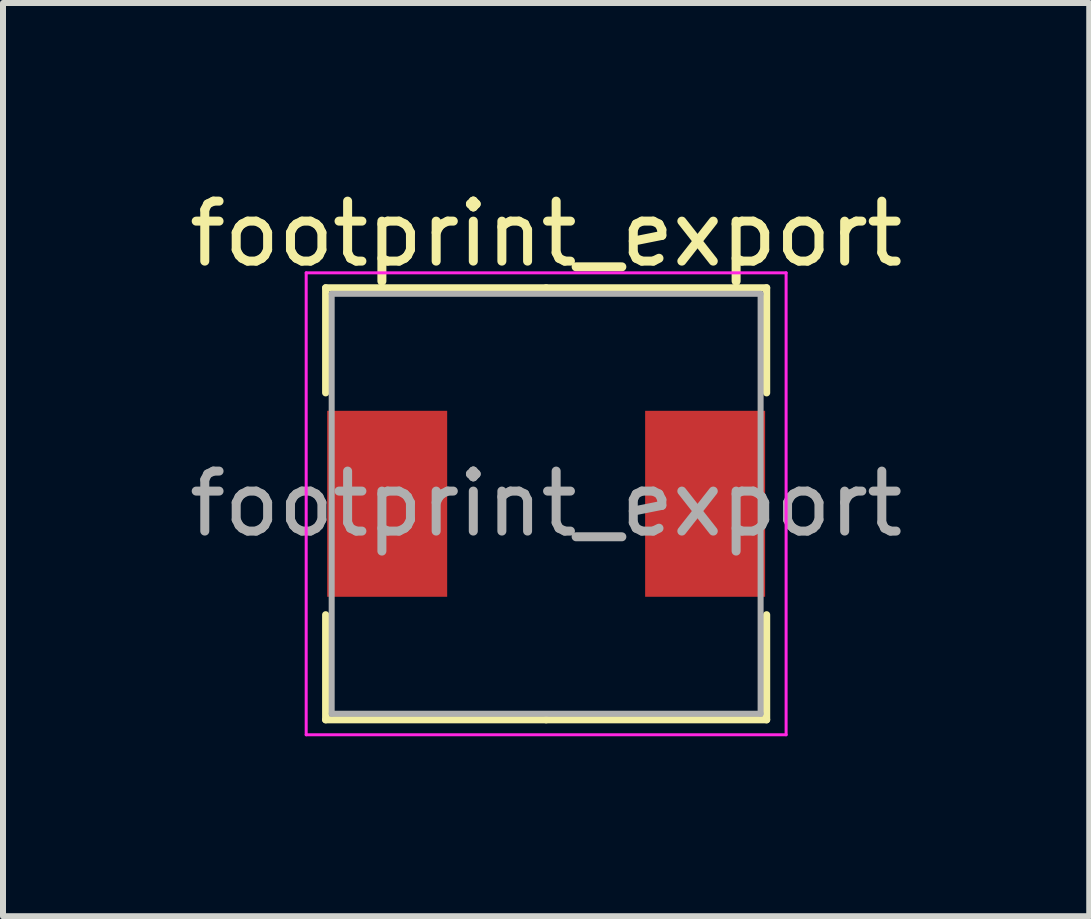
<source format=kicad_pcb>
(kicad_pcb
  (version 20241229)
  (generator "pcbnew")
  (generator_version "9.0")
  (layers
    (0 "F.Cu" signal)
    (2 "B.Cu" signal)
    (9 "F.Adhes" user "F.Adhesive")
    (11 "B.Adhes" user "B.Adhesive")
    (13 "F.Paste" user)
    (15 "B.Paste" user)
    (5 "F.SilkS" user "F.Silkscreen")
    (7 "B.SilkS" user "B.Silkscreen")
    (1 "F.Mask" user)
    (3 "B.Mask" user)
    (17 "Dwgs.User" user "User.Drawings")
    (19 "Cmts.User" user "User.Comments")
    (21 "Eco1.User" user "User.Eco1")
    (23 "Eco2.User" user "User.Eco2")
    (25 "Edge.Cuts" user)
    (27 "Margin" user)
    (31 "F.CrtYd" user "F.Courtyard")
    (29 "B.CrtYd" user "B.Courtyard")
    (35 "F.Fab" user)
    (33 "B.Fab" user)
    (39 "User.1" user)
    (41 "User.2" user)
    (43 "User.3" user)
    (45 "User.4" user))
  (footprint "footprint_export"
    (layer "F.Cu")
    (at 6.054 5.348)
    (property "Reference" "footprint_export" (at 0 -4.5 0) (layer "F.SilkS") (effects (font (size 1 1) (thickness 0.15))))
    (attr smd)
    (fp_line (start -3.675 -3.6) (end 0 -3.6) (stroke (width 0.12) (type solid)) (layer "F.SilkS"))
    (fp_line (start -3.675 -1.85) (end -3.675 -3.6) (stroke (width 0.12) (type solid)) (layer "F.SilkS"))
    (fp_line (start -3.675 1.85) (end -3.675 3.6) (stroke (width 0.12) (type solid)) (layer "F.SilkS"))
    (fp_line (start -3.675 3.6) (end 0 3.6) (stroke (width 0.12) (type solid)) (layer "F.SilkS"))
    (fp_line (start 3.675 -3.6) (end 0 -3.6) (stroke (width 0.12) (type solid)) (layer "F.SilkS"))
    (fp_line (start 3.675 -1.85) (end 3.675 -3.6) (stroke (width 0.12) (type solid)) (layer "F.SilkS"))
    (fp_line (start 3.675 1.85) (end 3.675 3.6) (stroke (width 0.12) (type solid)) (layer "F.SilkS"))
    (fp_line (start 3.675 3.6) (end 0 3.6) (stroke (width 0.12) (type solid)) (layer "F.SilkS"))
    (fp_line (start -4 -3.85) (end -4 3.85) (stroke (width 0.05) (type solid)) (layer "F.CrtYd"))
    (fp_line (start -4 3.85) (end 4 3.85) (stroke (width 0.05) (type solid)) (layer "F.CrtYd"))
    (fp_line (start 4 -3.85) (end -4 -3.85) (stroke (width 0.05) (type solid)) (layer "F.CrtYd"))
    (fp_line (start 4 3.85) (end 4 -3.85) (stroke (width 0.05) (type solid)) (layer "F.CrtYd"))
    (fp_line (start -3.575 -3.5) (end -3.575 3.5) (stroke (width 0.1) (type solid)) (layer "F.Fab"))
    (fp_line (start -3.575 3.5) (end 3.575 3.5) (stroke (width 0.1) (type solid)) (layer "F.Fab"))
    (fp_line (start 3.575 -3.5) (end -3.575 -3.5) (stroke (width 0.1) (type solid)) (layer "F.Fab"))
    (fp_line (start 3.575 3.5) (end 3.575 -3.5) (stroke (width 0.1) (type solid)) (layer "F.Fab"))
    (fp_text user "${REFERENCE}" (at 0 0 0) (layer "F.Fab") (effects (font (size 1 1) (thickness 0.15))))
    (pad "1" smd rect (at -2.65 0) (size 2 3.1) (layers "F.Cu" "F.Mask" "F.Paste"))
    (pad "2" smd rect (at 2.65 0) (size 2 3.1) (layers "F.Cu" "F.Mask" "F.Paste")))
  (gr_rect
    (start -3 -3)
    (end 15.107 12.223)
    (stroke (width 0.1) (type default))
    (fill no)
    (layer "Edge.Cuts")))
</source>
